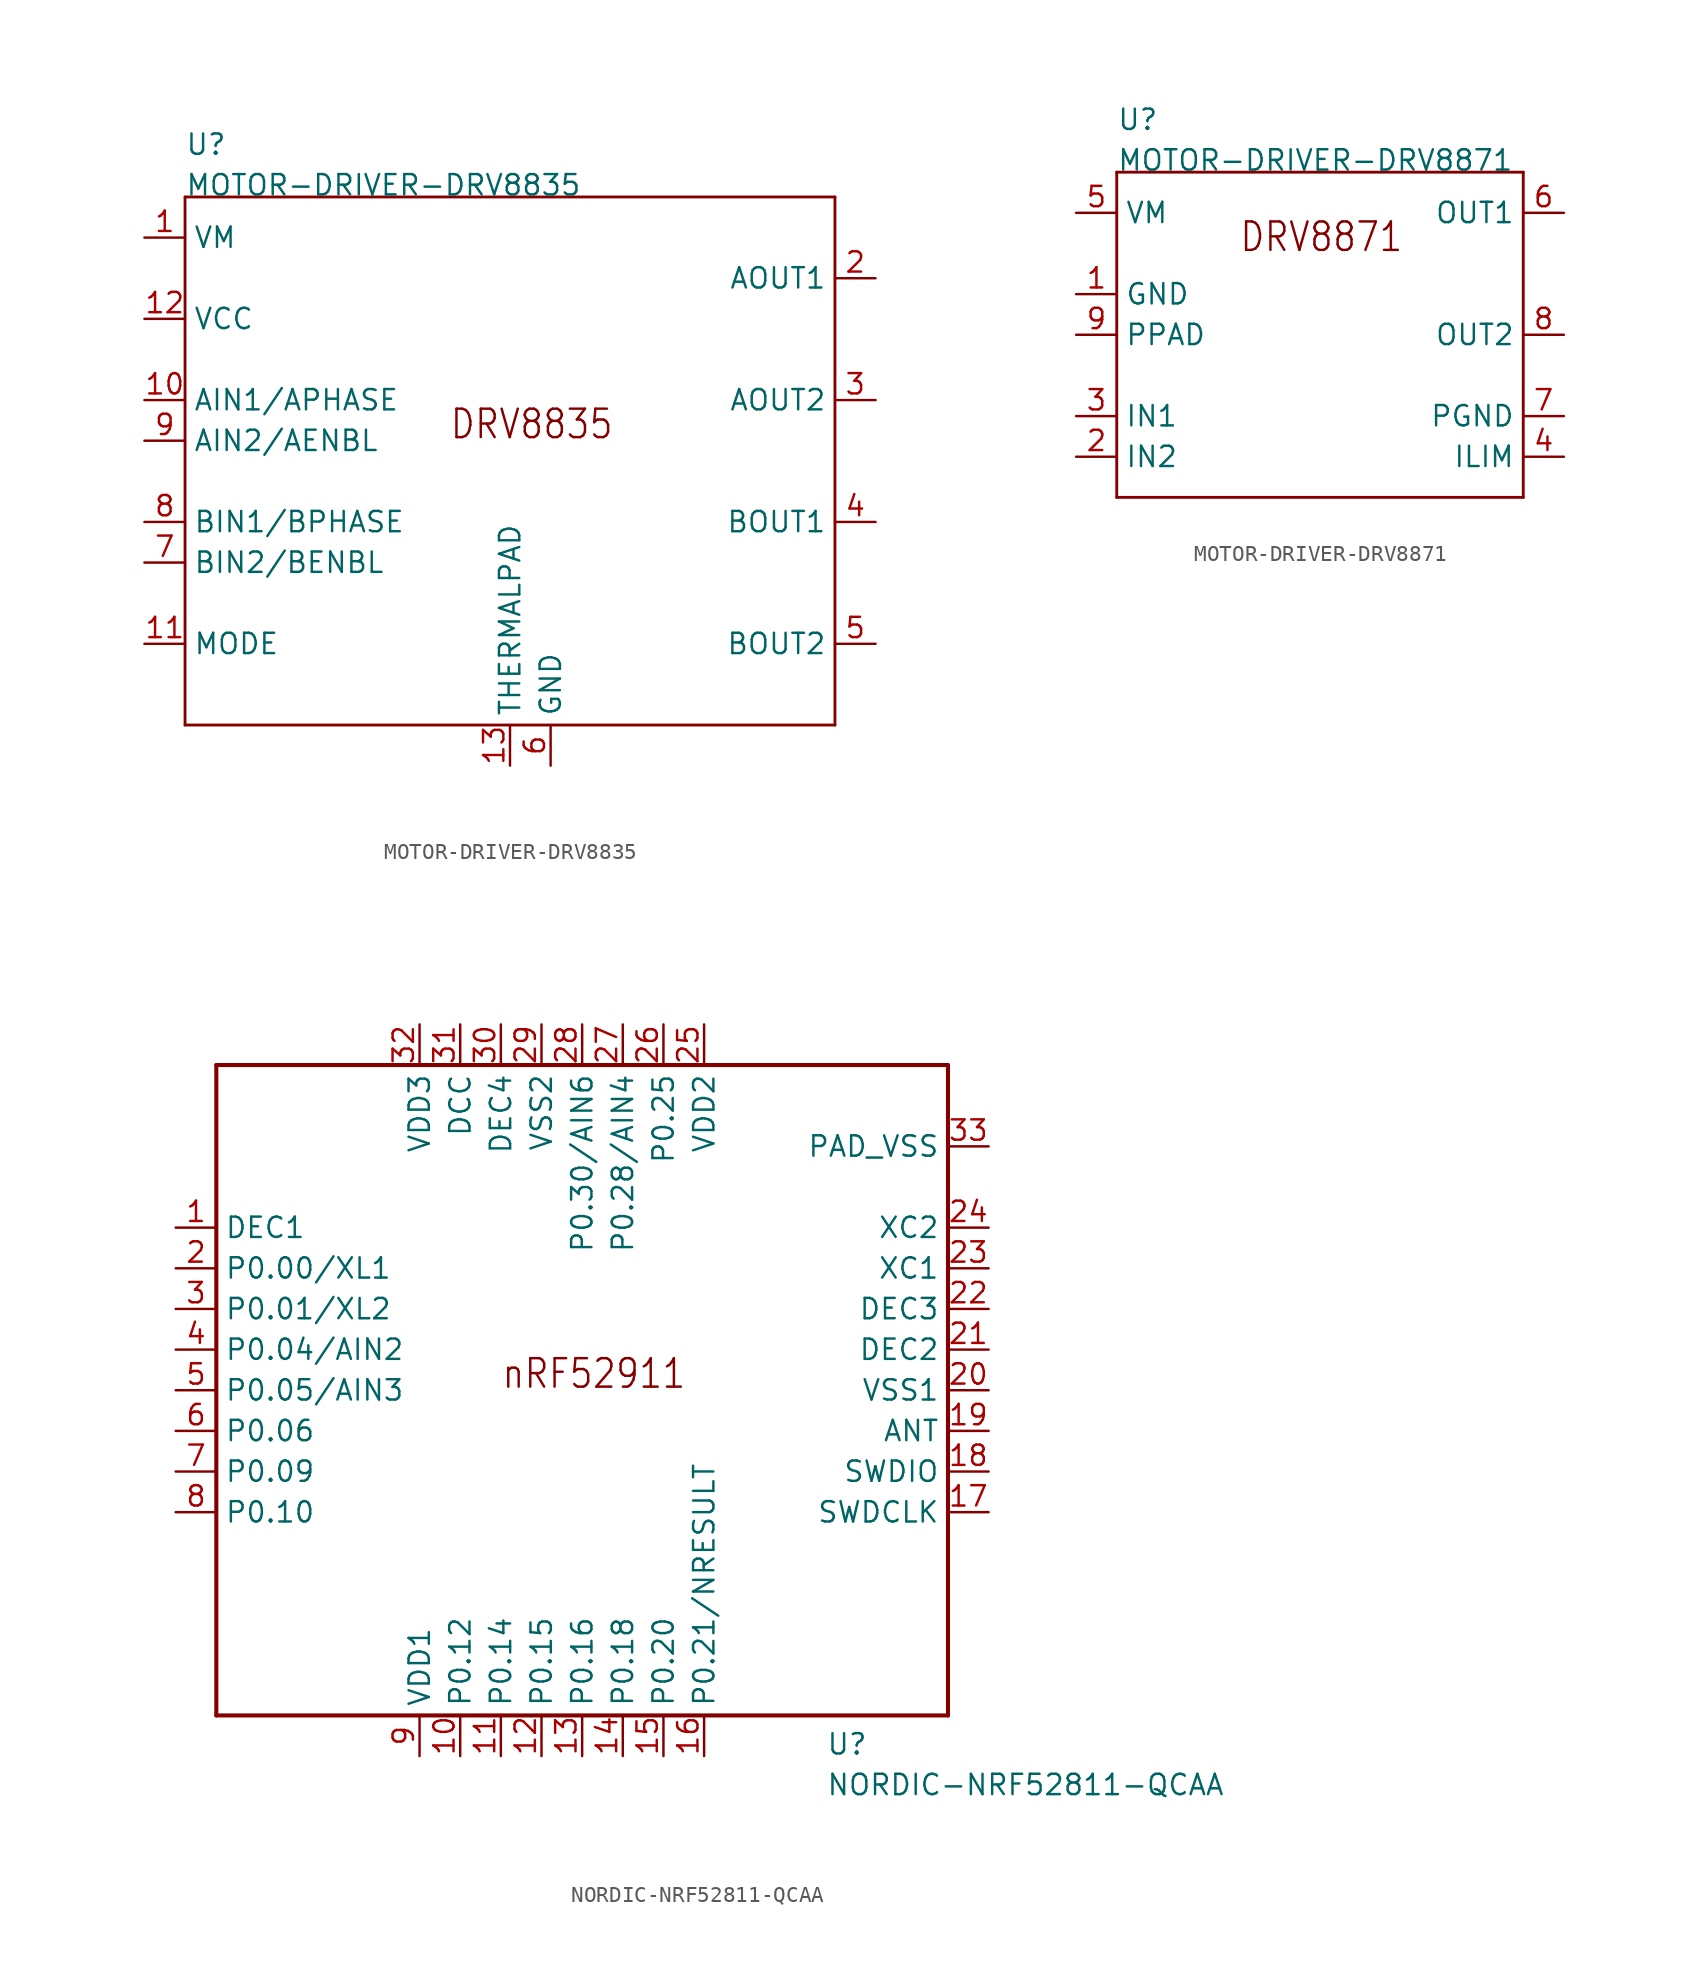
<source format=kicad_sym>
(kicad_symbol_lib
  (version 20211014)
  (generator kicad_symbol_editor)
  (symbol "MOTOR-DRIVER-DRV8835"
    (pin_names)
    (property "Reference" "U"
      (at -20.32 17.78 0)
      (effects (font (size 1.27 1.27)) (justify left bottom)))
    (property "Value" "MOTOR-DRIVER-DRV8835"
      (at -20.32 15.24 0)
      (effects (font (size 1.27 1.27)) (justify left bottom)))
    (property "Datasheet" ""
      (at 0 0 0))
    (property "ki_description" "DRV8835  - Bipolar Motor Driver Power MOSFET Parallel 12-WSON (2x3)   Technical Specifications:    Dual H-Bridge Motor Driver   Capable of driving 2x DC Motors or 1x Stepper Motor   Separate Motor & Logic Supply Pins:   Logic Supply Voltage: 2V~7V   Motor Supply Voltage: 0V~11V   PWM or Phase/Eanble Inteface       Component Search:  DRV8835   Datasheet:  DRV8835 Dual Low-Voltage H-Bridge IC datasheet (Rev. H)  "
      (at 0 0 0))
    (property "ki_fp_filters" "FlashPCB_ICs:12-WSON"
      (at 0 0 0))
    (symbol "MOTOR-DRIVER-DRV8835_1_1"
      (text "DRV8835" (at -3.81 0 0) (effects (font (size 1.778 1.52)) (justify left bottom)))
      (polyline (pts (xy -20.32 15.24) (xy 20.32 15.24)) (stroke (width 0.178)) (fill (type none)))
      (polyline (pts (xy 20.32 15.24) (xy 20.32 -17.78)) (stroke (width 0.178)) (fill (type none)))
      (polyline (pts (xy 20.32 -17.78) (xy -20.32 -17.78)) (stroke (width 0.178)) (fill (type none)))
      (polyline (pts (xy -20.32 -17.78) (xy -20.32 15.24)) (stroke (width 0.178)) (fill (type none)))
      (pin bidirectional line (at 22.86 2.54 180) (length 2.54) (name "AOUT2" (effects (font (size 1.27 1.27)))) (number "3" (effects (font (size 1.27 1.27)))))
      (pin bidirectional line (at 22.86 -12.7 180) (length 2.54) (name "BOUT2" (effects (font (size 1.27 1.27)))) (number "5" (effects (font (size 1.27 1.27)))))
      (pin bidirectional line (at 22.86 -5.08 180) (length 2.54) (name "BOUT1" (effects (font (size 1.27 1.27)))) (number "4" (effects (font (size 1.27 1.27)))))
      (pin bidirectional line (at -22.86 -5.08 0) (length 2.54) (name "BIN1/BPHASE" (effects (font (size 1.27 1.27)))) (number "8" (effects (font (size 1.27 1.27)))))
      (pin bidirectional line (at -22.86 -7.62 0) (length 2.54) (name "BIN2/BENBL" (effects (font (size 1.27 1.27)))) (number "7" (effects (font (size 1.27 1.27)))))
      (pin bidirectional line (at -22.86 7.62 0) (length 2.54) (name "VCC" (effects (font (size 1.27 1.27)))) (number "12" (effects (font (size 1.27 1.27)))))
      (pin bidirectional line (at -22.86 12.7 0) (length 2.54) (name "VM" (effects (font (size 1.27 1.27)))) (number "1" (effects (font (size 1.27 1.27)))))
      (pin bidirectional line (at 2.54 -20.32 90) (length 2.54) (name "GND" (effects (font (size 1.27 1.27)))) (number "6" (effects (font (size 1.27 1.27)))))
      (pin bidirectional line (at 0 -20.32 90) (length 2.54) (name "THERMALPAD" (effects (font (size 1.27 1.27)))) (number "13" (effects (font (size 1.27 1.27)))))
      (pin bidirectional line (at 22.86 10.16 180) (length 2.54) (name "AOUT1" (effects (font (size 1.27 1.27)))) (number "2" (effects (font (size 1.27 1.27)))))
      (pin bidirectional line (at -22.86 -12.7 0) (length 2.54) (name "MODE" (effects (font (size 1.27 1.27)))) (number "11" (effects (font (size 1.27 1.27)))))
      (pin bidirectional line (at -22.86 0 0) (length 2.54) (name "AIN2/AENBL" (effects (font (size 1.27 1.27)))) (number "9" (effects (font (size 1.27 1.27)))))
      (pin bidirectional line (at -22.86 2.54 0) (length 2.54) (name "AIN1/APHASE" (effects (font (size 1.27 1.27)))) (number "10" (effects (font (size 1.27 1.27)))))))
  (symbol "MOTOR-DRIVER-DRV8871"
    (pin_names)
    (property "Reference" "U"
      (at -12.7 12.7 0)
      (effects (font (size 1.27 1.27)) (justify left bottom)))
    (property "Value" "MOTOR-DRIVER-DRV8871"
      (at -12.7 10.16 0)
      (effects (font (size 1.27 1.27)) (justify left bottom)))
    (property "Datasheet" ""
      (at 0 0 0))
    (property "ki_description" "DRV8871  - Unipolar Motor Driver NMOS PWM 8-SO PowerPad   Technical Specifications:    H-Bridge Motor Driver   Suitable for 1x DC Motor, or 1x Winding of Stepper Motor   Qualified for Automotive Use   Supply Voltage: 6.8V~45V   PWM Control Interface   Integrated Protection Features: VM Undervoltage Lockout, Overcurrent Protection, Thermal Shutdown, Automatic Fault Recovery       Component Search:  DRV8871   Datasheet:  DRV8871-Q1 3.6-A Brushed DC Motor Driver With Internal Current Sense (PWM Control) datasheet  "
      (at 0 0 0))
    (property "ki_fp_filters" "FlashPCB_ICs:8-HSOP"
      (at 0 0 0))
    (symbol "MOTOR-DRIVER-DRV8871_1_1"
      (text "DRV8871" (at -5.08 5.08 0) (effects (font (size 1.778 1.52)) (justify left bottom)))
      (polyline (pts (xy -12.7 10.16) (xy 12.7 10.16)) (stroke (width 0.178)) (fill (type none)))
      (polyline (pts (xy 12.7 10.16) (xy 12.7 -10.16)) (stroke (width 0.178)) (fill (type none)))
      (polyline (pts (xy 12.7 -10.16) (xy -12.7 -10.16)) (stroke (width 0.178)) (fill (type none)))
      (polyline (pts (xy -12.7 -10.16) (xy -12.7 10.16)) (stroke (width 0.178)) (fill (type none)))
      (pin bidirectional line (at -15.24 2.54 0) (length 2.54) (name "GND" (effects (font (size 1.27 1.27)))) (number "1" (effects (font (size 1.27 1.27)))))
      (pin bidirectional line (at -15.24 -7.62 0) (length 2.54) (name "IN2" (effects (font (size 1.27 1.27)))) (number "2" (effects (font (size 1.27 1.27)))))
      (pin bidirectional line (at -15.24 -5.08 0) (length 2.54) (name "IN1" (effects (font (size 1.27 1.27)))) (number "3" (effects (font (size 1.27 1.27)))))
      (pin bidirectional line (at 15.24 -7.62 180) (length 2.54) (name "ILIM" (effects (font (size 1.27 1.27)))) (number "4" (effects (font (size 1.27 1.27)))))
      (pin bidirectional line (at -15.24 7.62 0) (length 2.54) (name "VM" (effects (font (size 1.27 1.27)))) (number "5" (effects (font (size 1.27 1.27)))))
      (pin bidirectional line (at 15.24 7.62 180) (length 2.54) (name "OUT1" (effects (font (size 1.27 1.27)))) (number "6" (effects (font (size 1.27 1.27)))))
      (pin bidirectional line (at 15.24 -5.08 180) (length 2.54) (name "PGND" (effects (font (size 1.27 1.27)))) (number "7" (effects (font (size 1.27 1.27)))))
      (pin bidirectional line (at 15.24 0 180) (length 2.54) (name "OUT2" (effects (font (size 1.27 1.27)))) (number "8" (effects (font (size 1.27 1.27)))))
      (pin bidirectional line (at -15.24 0 0) (length 2.54) (name "PPAD" (effects (font (size 1.27 1.27)))) (number "9" (effects (font (size 1.27 1.27)))))))
  (symbol "NORDIC-NRF52811-QCAA"
    (pin_names)
    (property "Reference" "U"
      (at 15.24 -22.86 0)
      (effects (font (size 1.27 1.27)) (justify left bottom)))
    (property "Value" "NORDIC-NRF52811-QCAA"
      (at 15.24 -25.4 0)
      (effects (font (size 1.27 1.27)) (justify left bottom)))
    (property "Datasheet" ""
      (at 0 0 0))
    (property "ki_description" "NRF52811  - BLUETOOTH 5.3 SOC SUPPORTING BLU   Technical Specifications:    RF Standard: 802.15.4, Bluetooth   Protocol: Bluetooth v5.3, Thread   Frequency of 2.4GHz   Data Rate (Max): 2Mbps   Power - Output: 4dBm   Sensitivity: -104dBm   Memory Size: 192kB Flash, 24kB RAM   Serial Interfaces: ADC, PDM, PWM, SPI, UART   GPIO: 17   Voltage-Supply: 1.7V ~ 3.6V   Current - Receiving:  3.5mA ~ 11.2mA   Current - Transmitting: 2.1mA ~ 15.4mA   Operating Temperature: -40°C ~ 85°C         Component Search:  nRF52811   Datasheet:  nRF52811 "
      (at 0 0 0))
    (property "ki_fp_filters" "FlashPCB_ICs:32-VQFN(5X5)-EXPOSED-PAD"
      (at 0 0 0))
    (symbol "NORDIC-NRF52811-QCAA_1_1"
      (text "nRF52911" (at -5.08 0 0) (effects (font (size 1.778 1.52)) (justify left bottom)))
      (polyline (pts (xy -22.86 20.32) (xy -22.86 -20.32)) (stroke (width 0.254)) (fill (type none)))
      (polyline (pts (xy -22.86 -20.32) (xy 22.86 -20.32)) (stroke (width 0.254)) (fill (type none)))
      (polyline (pts (xy 22.86 -20.32) (xy 22.86 20.32)) (stroke (width 0.254)) (fill (type none)))
      (polyline (pts (xy 22.86 20.32) (xy -22.86 20.32)) (stroke (width 0.254)) (fill (type none)))
      (pin bidirectional line (at -25.4 10.16 0) (length 2.54) (name "DEC1" (effects (font (size 1.27 1.27)))) (number "1" (effects (font (size 1.27 1.27)))))
      (pin bidirectional line (at -25.4 7.62 0) (length 2.54) (name "P0.00/XL1" (effects (font (size 1.27 1.27)))) (number "2" (effects (font (size 1.27 1.27)))))
      (pin bidirectional line (at -25.4 5.08 0) (length 2.54) (name "P0.01/XL2" (effects (font (size 1.27 1.27)))) (number "3" (effects (font (size 1.27 1.27)))))
      (pin bidirectional line (at -25.4 2.54 0) (length 2.54) (name "P0.04/AIN2" (effects (font (size 1.27 1.27)))) (number "4" (effects (font (size 1.27 1.27)))))
      (pin bidirectional line (at -25.4 0 0) (length 2.54) (name "P0.05/AIN3" (effects (font (size 1.27 1.27)))) (number "5" (effects (font (size 1.27 1.27)))))
      (pin bidirectional line (at -25.4 -2.54 0) (length 2.54) (name "P0.06" (effects (font (size 1.27 1.27)))) (number "6" (effects (font (size 1.27 1.27)))))
      (pin bidirectional line (at -25.4 -5.08 0) (length 2.54) (name "P0.09" (effects (font (size 1.27 1.27)))) (number "7" (effects (font (size 1.27 1.27)))))
      (pin bidirectional line (at -25.4 -7.62 0) (length 2.54) (name "P0.10" (effects (font (size 1.27 1.27)))) (number "8" (effects (font (size 1.27 1.27)))))
      (pin bidirectional line (at -7.62 -22.86 90) (length 2.54) (name "P0.12" (effects (font (size 1.27 1.27)))) (number "10" (effects (font (size 1.27 1.27)))))
      (pin bidirectional line (at -5.08 -22.86 90) (length 2.54) (name "P0.14" (effects (font (size 1.27 1.27)))) (number "11" (effects (font (size 1.27 1.27)))))
      (pin bidirectional line (at -2.54 -22.86 90) (length 2.54) (name "P0.15" (effects (font (size 1.27 1.27)))) (number "12" (effects (font (size 1.27 1.27)))))
      (pin bidirectional line (at 0 -22.86 90) (length 2.54) (name "P0.16" (effects (font (size 1.27 1.27)))) (number "13" (effects (font (size 1.27 1.27)))))
      (pin bidirectional line (at 2.54 -22.86 90) (length 2.54) (name "P0.18" (effects (font (size 1.27 1.27)))) (number "14" (effects (font (size 1.27 1.27)))))
      (pin bidirectional line (at 5.08 -22.86 90) (length 2.54) (name "P0.20" (effects (font (size 1.27 1.27)))) (number "15" (effects (font (size 1.27 1.27)))))
      (pin bidirectional line (at 7.62 -22.86 90) (length 2.54) (name "P0.21/NRESULT" (effects (font (size 1.27 1.27)))) (number "16" (effects (font (size 1.27 1.27)))))
      (pin bidirectional line (at 25.4 -7.62 180) (length 2.54) (name "SWDCLK" (effects (font (size 1.27 1.27)))) (number "17" (effects (font (size 1.27 1.27)))))
      (pin bidirectional line (at 25.4 -2.54 180) (length 2.54) (name "ANT" (effects (font (size 1.27 1.27)))) (number "19" (effects (font (size 1.27 1.27)))))
      (pin bidirectional line (at 25.4 0 180) (length 2.54) (name "VSS1" (effects (font (size 1.27 1.27)))) (number "20" (effects (font (size 1.27 1.27)))))
      (pin bidirectional line (at 25.4 2.54 180) (length 2.54) (name "DEC2" (effects (font (size 1.27 1.27)))) (number "21" (effects (font (size 1.27 1.27)))))
      (pin bidirectional line (at 25.4 5.08 180) (length 2.54) (name "DEC3" (effects (font (size 1.27 1.27)))) (number "22" (effects (font (size 1.27 1.27)))))
      (pin bidirectional line (at 25.4 7.62 180) (length 2.54) (name "XC1" (effects (font (size 1.27 1.27)))) (number "23" (effects (font (size 1.27 1.27)))))
      (pin bidirectional line (at 25.4 10.16 180) (length 2.54) (name "XC2" (effects (font (size 1.27 1.27)))) (number "24" (effects (font (size 1.27 1.27)))))
      (pin bidirectional line (at 25.4 -5.08 180) (length 2.54) (name "SWDIO" (effects (font (size 1.27 1.27)))) (number "18" (effects (font (size 1.27 1.27)))))
      (pin bidirectional line (at 5.08 22.86 270) (length 2.54) (name "P0.25" (effects (font (size 1.27 1.27)))) (number "26" (effects (font (size 1.27 1.27)))))
      (pin bidirectional line (at 2.54 22.86 270) (length 2.54) (name "P0.28/AIN4" (effects (font (size 1.27 1.27)))) (number "27" (effects (font (size 1.27 1.27)))))
      (pin bidirectional line (at -5.08 22.86 270) (length 2.54) (name "DEC4" (effects (font (size 1.27 1.27)))) (number "30" (effects (font (size 1.27 1.27)))))
      (pin bidirectional line (at -7.62 22.86 270) (length 2.54) (name "DCC" (effects (font (size 1.27 1.27)))) (number "31" (effects (font (size 1.27 1.27)))))
      (pin bidirectional line (at -10.16 -22.86 90) (length 2.54) (name "VDD1" (effects (font (size 1.27 1.27)))) (number "9" (effects (font (size 1.27 1.27)))))
      (pin bidirectional line (at 7.62 22.86 270) (length 2.54) (name "VDD2" (effects (font (size 1.27 1.27)))) (number "25" (effects (font (size 1.27 1.27)))))
      (pin bidirectional line (at -10.16 22.86 270) (length 2.54) (name "VDD3" (effects (font (size 1.27 1.27)))) (number "32" (effects (font (size 1.27 1.27)))))
      (pin bidirectional line (at 0 22.86 270) (length 2.54) (name "P0.30/AIN6" (effects (font (size 1.27 1.27)))) (number "28" (effects (font (size 1.27 1.27)))))
      (pin bidirectional line (at -2.54 22.86 270) (length 2.54) (name "VSS2" (effects (font (size 1.27 1.27)))) (number "29" (effects (font (size 1.27 1.27)))))
      (pin bidirectional line (at 25.4 15.24 180) (length 2.54) (name "PAD_VSS" (effects (font (size 1.27 1.27)))) (number "33" (effects (font (size 1.27 1.27))))))))
</source>
